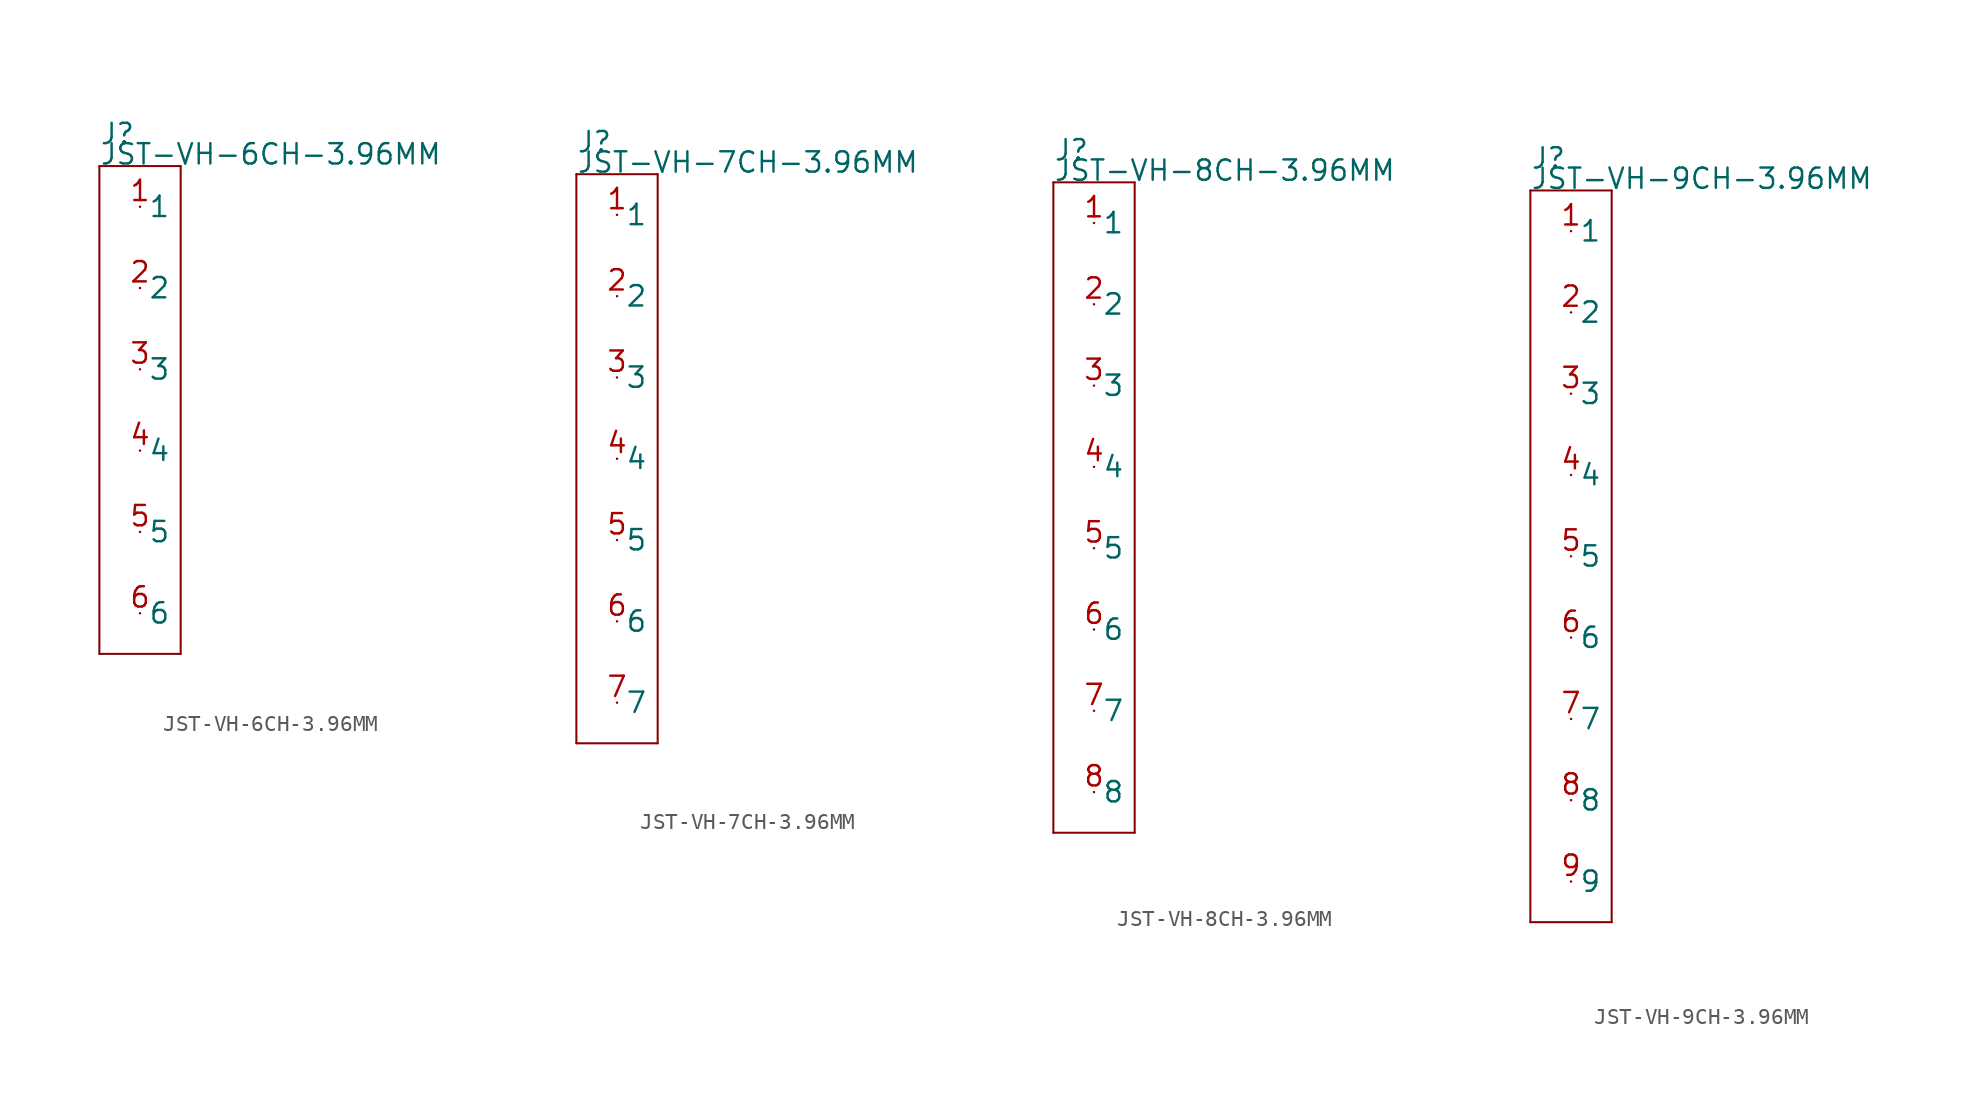
<source format=kicad_sym>
(kicad_symbol_lib
  (version 20211014)
  (generator kicad_symbol_editor)
  (symbol "JST-VH-6CH-3.96MM"
    (pin_names)
    (property "Reference" "J"
      (at -2.54 16.51 0)
      (effects (font (size 1.27 1.27)) (justify left bottom)))
    (property "Value" "JST-VH-6CH-3.96MM"
      (at -2.54 15.24 0)
      (effects (font (size 1.27 1.27)) (justify left bottom)))
    (property "Datasheet" ""
      (at 0 0 0))
    (property "ki_description" " JST 1x6  - Through Hole JST 6POS 3.96MM Technical Specifications: Pitch: 3.96mm "
      (at 0 0 0))
    (property "ki_fp_filters" "FlashPCB_Connectors:JST-B6P-VH-THT-VERT-6CH-3.96MM FlashPCB_Connectors:JST-B6P-VH-THT-VERT-6CH-3.96MM-NOSILK FlashPCB_Connectors:JST-S6PS-VH-THT-RA-6CH-3.96MM FlashPCB_Connectors:JST-S6PS-VH-THT-RA-6CH-3.96MM-NOSILK FlashPCB_Connectors:JST-B6P-VH-THT-VERT-SHRD-6CH-3.96MM-NOSILK FlashPCB_Connectors:JST-B6P-VH-THT-VERT-SHRD-6CH-3.96MM FlashPCB_Connectors:JST-S6PS-VH-THT-RA-STABL-6CH-3.96MM FlashPCB_Connectors:JST-S6PS-VH-THT-RA-STABL-6CH-3.96MM-NOSILK FlashPCB_Connectors:JST-B6P-VH-THT-VERT-6CH-3.96MM-LONG FlashPCB_Connectors:JST-B6P-VH-THT-VERT-6CH-3.96MM-LONG-NOSILK FlashPCB_Connectors:JST-S6PS-VH-THT-RA-6CH-3.96MM-LONG FlashPCB_Connectors:JST-S6PS-VH-THT-RA-6CH-3.96MM-LONG-NOSILK FlashPCB_Connectors:JST-B6P-VH-THT-VERT-SHRD-6CH-3.96MM-LONG-NOSILK FlashPCB_Connectors:JST-B6P-VH-THT-VERT-SHRD-6CH-3.96MM-LONG FlashPCB_Connectors:JST-S6PS-VH-THT-RA-STABL-6CH-3.96MM-LONG FlashPCB_Connectors:JST-S6PS-VH-THT-RA-STABL-6CH-3.96MM-LONG-NOSILK"
      (at 0 0 0))
    (symbol "JST-VH-6CH-3.96MM_1_1"
      (polyline (pts (xy -2.54 15.24) (xy 2.54 15.24)) (stroke (width 0.127)) (fill (type none)))
      (polyline (pts (xy 2.54 15.24) (xy 2.54 -15.24)) (stroke (width 0.127)) (fill (type none)))
      (polyline (pts (xy 2.54 -15.24) (xy -2.54 -15.24)) (stroke (width 0.127)) (fill (type none)))
      (polyline (pts (xy -2.54 -15.24) (xy -2.54 15.24)) (stroke (width 0.127)) (fill (type none)))
      (pin bidirectional line (at 0 12.7 0) (length 0) (name "1" (effects (font (size 1.27 1.27)))) (number "1" (effects (font (size 1.27 1.27)))))
      (pin bidirectional line (at 0 7.62 0) (length 0) (name "2" (effects (font (size 1.27 1.27)))) (number "2" (effects (font (size 1.27 1.27)))))
      (pin bidirectional line (at 0 2.54 0) (length 0) (name "3" (effects (font (size 1.27 1.27)))) (number "3" (effects (font (size 1.27 1.27)))))
      (pin bidirectional line (at 0 -2.54 0) (length 0) (name "4" (effects (font (size 1.27 1.27)))) (number "4" (effects (font (size 1.27 1.27)))))
      (pin bidirectional line (at 0 -7.62 0) (length 0) (name "5" (effects (font (size 1.27 1.27)))) (number "5" (effects (font (size 1.27 1.27)))))
      (pin bidirectional line (at 0 -12.7 0) (length 0) (name "6" (effects (font (size 1.27 1.27)))) (number "6" (effects (font (size 1.27 1.27)))))))
  (symbol "JST-VH-7CH-3.96MM"
    (pin_names)
    (property "Reference" "J"
      (at -2.54 19.05 0)
      (effects (font (size 1.27 1.27)) (justify left bottom)))
    (property "Value" "JST-VH-7CH-3.96MM"
      (at -2.54 17.78 0)
      (effects (font (size 1.27 1.27)) (justify left bottom)))
    (property "Datasheet" ""
      (at 0 0 0))
    (property "ki_description" " JST 1x7  - Through Hole JST 7POS 3.96MM Technical Specifications: Pitch: 3.96mm "
      (at 0 0 0))
    (property "ki_fp_filters" "FlashPCB_Connectors:JST-B7P-VH-THT-VERT-7CH-3.96MM FlashPCB_Connectors:JST-B7P-VH-THT-VERT-7CH-3.96MM-NOSILK FlashPCB_Connectors:JST-S7PS-VH-THT-RA-7CH-3.96MM FlashPCB_Connectors:JST-S7PS-VH-THT-RA-7CH-3.96MM-NOSILK FlashPCB_Connectors:JST-B7P-VH-THT-VERT-SHRD-7CH-3.96MM-NOSILK FlashPCB_Connectors:JST-B7P-VH-THT-VERT-SHRD-7CH-3.96MM FlashPCB_Connectors:JST-S7PS-VH-THT-RA-STABL-7CH-3.96MM FlashPCB_Connectors:JST-S7PS-VH-THT-RA-STABL-7CH-3.96MM-NOSILK FlashPCB_Connectors:JST-B7P-VH-THT-VERT-7CH-3.96MM-LONG FlashPCB_Connectors:JST-B7P-VH-THT-VERT-7CH-3.96MM-LONG-NOSILK FlashPCB_Connectors:JST-S7PS-VH-THT-RA-7CH-3.96MM-LONG FlashPCB_Connectors:JST-S7PS-VH-THT-RA-7CH-3.96MM-LONG-NOSILK FlashPCB_Connectors:JST-B7P-VH-THT-VERT-SHRD-7CH-3.96MM-LONG-NOSILK FlashPCB_Connectors:JST-B7P-VH-THT-VERT-SHRD-7CH-3.96MM-LONG FlashPCB_Connectors:JST-S7PS-VH-THT-RA-STABL-7CH-3.96MM-LONG FlashPCB_Connectors:JST-S7PS-VH-THT-RA-STABL-7CH-3.96MM-LONG-NOSILK"
      (at 0 0 0))
    (symbol "JST-VH-7CH-3.96MM_1_1"
      (polyline (pts (xy -2.54 17.78) (xy 2.54 17.78)) (stroke (width 0.127)) (fill (type none)))
      (polyline (pts (xy 2.54 17.78) (xy 2.54 -17.78)) (stroke (width 0.127)) (fill (type none)))
      (polyline (pts (xy 2.54 -17.78) (xy -2.54 -17.78)) (stroke (width 0.127)) (fill (type none)))
      (polyline (pts (xy -2.54 -17.78) (xy -2.54 17.78)) (stroke (width 0.127)) (fill (type none)))
      (pin bidirectional line (at 0 15.24 0) (length 0) (name "1" (effects (font (size 1.27 1.27)))) (number "1" (effects (font (size 1.27 1.27)))))
      (pin bidirectional line (at 0 10.16 0) (length 0) (name "2" (effects (font (size 1.27 1.27)))) (number "2" (effects (font (size 1.27 1.27)))))
      (pin bidirectional line (at 0 5.08 0) (length 0) (name "3" (effects (font (size 1.27 1.27)))) (number "3" (effects (font (size 1.27 1.27)))))
      (pin bidirectional line (at 0 0 0) (length 0) (name "4" (effects (font (size 1.27 1.27)))) (number "4" (effects (font (size 1.27 1.27)))))
      (pin bidirectional line (at 0 -5.08 0) (length 0) (name "5" (effects (font (size 1.27 1.27)))) (number "5" (effects (font (size 1.27 1.27)))))
      (pin bidirectional line (at 0 -10.16 0) (length 0) (name "6" (effects (font (size 1.27 1.27)))) (number "6" (effects (font (size 1.27 1.27)))))
      (pin bidirectional line (at 0 -15.24 0) (length 0) (name "7" (effects (font (size 1.27 1.27)))) (number "7" (effects (font (size 1.27 1.27)))))))
  (symbol "JST-VH-8CH-3.96MM"
    (pin_names)
    (property "Reference" "J"
      (at -2.54 21.59 0)
      (effects (font (size 1.27 1.27)) (justify left bottom)))
    (property "Value" "JST-VH-8CH-3.96MM"
      (at -2.54 20.32 0)
      (effects (font (size 1.27 1.27)) (justify left bottom)))
    (property "Datasheet" ""
      (at 0 0 0))
    (property "ki_description" " JST 1x8  - Through Hole JST 8POS 3.96MM Technical Specifications: Pitch: 3.96mm "
      (at 0 0 0))
    (property "ki_fp_filters" "FlashPCB_Connectors:JST-B8P-VH-THT-VERT-8CH-3.96MM FlashPCB_Connectors:JST-B8P-VH-THT-VERT-8CH-3.96MM-NOSILK FlashPCB_Connectors:JST-S8PS-VH-THT-RA-8CH-3.96MM FlashPCB_Connectors:JST-S8PS-VH-THT-RA-8CH-3.96MM-NOSILK FlashPCB_Connectors:JST-B8P-VH-THT-VERT-SHRD-8CH-3.96MM-NOSILK FlashPCB_Connectors:JST-B8P-VH-THT-VERT-SHRD-8CH-3.96MM FlashPCB_Connectors:JST-S8PS-VH-THT-RA-STABL-8CH-3.96MM FlashPCB_Connectors:JST-S8PS-VH-THT-RA-STABL-8CH-3.96MM-NOSILK FlashPCB_Connectors:JST-B8P-VH-THT-VERT-8CH-3.96MM-LONG FlashPCB_Connectors:JST-B8P-VH-THT-VERT-8CH-3.96MM-LONG-NOSILK FlashPCB_Connectors:JST-S8PS-VH-THT-RA-8CH-3.96MM-LONG FlashPCB_Connectors:JST-S8PS-VH-THT-RA-8CH-3.96MM-LONG-NOSILK FlashPCB_Connectors:JST-B8P-VH-THT-VERT-SHRD-8CH-3.96MM-LONG-NOSILK FlashPCB_Connectors:JST-B8P-VH-THT-VERT-SHRD-8CH-3.96MM-LONG FlashPCB_Connectors:JST-S8PS-VH-THT-RA-STABL-8CH-3.96MM-LONG FlashPCB_Connectors:JST-S8PS-VH-THT-RA-STABL-8CH-3.96MM-LONG-NOSILK"
      (at 0 0 0))
    (symbol "JST-VH-8CH-3.96MM_1_1"
      (polyline (pts (xy -2.54 20.32) (xy 2.54 20.32)) (stroke (width 0.127)) (fill (type none)))
      (polyline (pts (xy 2.54 20.32) (xy 2.54 -20.32)) (stroke (width 0.127)) (fill (type none)))
      (polyline (pts (xy 2.54 -20.32) (xy -2.54 -20.32)) (stroke (width 0.127)) (fill (type none)))
      (polyline (pts (xy -2.54 -20.32) (xy -2.54 20.32)) (stroke (width 0.127)) (fill (type none)))
      (pin bidirectional line (at 0 17.78 0) (length 0) (name "1" (effects (font (size 1.27 1.27)))) (number "1" (effects (font (size 1.27 1.27)))))
      (pin bidirectional line (at 0 12.7 0) (length 0) (name "2" (effects (font (size 1.27 1.27)))) (number "2" (effects (font (size 1.27 1.27)))))
      (pin bidirectional line (at 0 7.62 0) (length 0) (name "3" (effects (font (size 1.27 1.27)))) (number "3" (effects (font (size 1.27 1.27)))))
      (pin bidirectional line (at 0 2.54 0) (length 0) (name "4" (effects (font (size 1.27 1.27)))) (number "4" (effects (font (size 1.27 1.27)))))
      (pin bidirectional line (at 0 -2.54 0) (length 0) (name "5" (effects (font (size 1.27 1.27)))) (number "5" (effects (font (size 1.27 1.27)))))
      (pin bidirectional line (at 0 -7.62 0) (length 0) (name "6" (effects (font (size 1.27 1.27)))) (number "6" (effects (font (size 1.27 1.27)))))
      (pin bidirectional line (at 0 -12.7 0) (length 0) (name "7" (effects (font (size 1.27 1.27)))) (number "7" (effects (font (size 1.27 1.27)))))
      (pin bidirectional line (at 0 -17.78 0) (length 0) (name "8" (effects (font (size 1.27 1.27)))) (number "8" (effects (font (size 1.27 1.27)))))))
  (symbol "JST-VH-9CH-3.96MM"
    (pin_names)
    (property "Reference" "J"
      (at -2.54 24.13 0)
      (effects (font (size 1.27 1.27)) (justify left bottom)))
    (property "Value" "JST-VH-9CH-3.96MM"
      (at -2.54 22.86 0)
      (effects (font (size 1.27 1.27)) (justify left bottom)))
    (property "Datasheet" ""
      (at 0 0 0))
    (property "ki_description" " JST 1x9  - Through Hole JST 9POS 3.96MM Technical Specifications: Pitch: 3.96mm "
      (at 0 0 0))
    (property "ki_fp_filters" "FlashPCB_Connectors:JST-B9P-VH-THT-VERT-9CH-3.96MM FlashPCB_Connectors:JST-B9P-VH-THT-VERT-9CH-3.96MM-NOSILK FlashPCB_Connectors:JST-S9PS-VH-THT-RA-9CH-3.96MM FlashPCB_Connectors:JST-S9PS-VH-THT-RA-9CH-3.96MM-NOSILK FlashPCB_Connectors:JST-B9P-VH-THT-VERT-SHRD-9CH-3.96MM-NOSILK FlashPCB_Connectors:JST-B9P-VH-THT-VERT-SHRD-9CH-3.96MM FlashPCB_Connectors:JST-S9PS-VH-THT-RA-STABL-9CH-3.96MM FlashPCB_Connectors:JST-S9PS-VH-THT-RA-STABL-9CH-3.96MM-NOSILK FlashPCB_Connectors:JST-B9P-VH-THT-VERT-9CH-3.96MM-LONG FlashPCB_Connectors:JST-B9P-VH-THT-VERT-9CH-3.96MM-LONG-NOSILK FlashPCB_Connectors:JST-S9PS-VH-THT-RA-9CH-3.96MM-LONG FlashPCB_Connectors:JST-S9PS-VH-THT-RA-9CH-3.96MM-LONG-NOSILK FlashPCB_Connectors:JST-B9P-VH-THT-VERT-SHRD-9CH-3.96MM-LONG-NOSILK FlashPCB_Connectors:JST-B9P-VH-THT-VERT-SHRD-9CH-3.96MM-LONG FlashPCB_Connectors:JST-S9PS-VH-THT-RA-STABL-9CH-3.96MM-LONG FlashPCB_Connectors:JST-S9PS-VH-THT-RA-STABL-9CH-3.96MM-LONG-NOSILK"
      (at 0 0 0))
    (symbol "JST-VH-9CH-3.96MM_1_1"
      (polyline (pts (xy -2.54 22.86) (xy 2.54 22.86)) (stroke (width 0.127)) (fill (type none)))
      (polyline (pts (xy 2.54 22.86) (xy 2.54 -22.86)) (stroke (width 0.127)) (fill (type none)))
      (polyline (pts (xy 2.54 -22.86) (xy -2.54 -22.86)) (stroke (width 0.127)) (fill (type none)))
      (polyline (pts (xy -2.54 -22.86) (xy -2.54 22.86)) (stroke (width 0.127)) (fill (type none)))
      (pin bidirectional line (at 0 20.32 0) (length 0) (name "1" (effects (font (size 1.27 1.27)))) (number "1" (effects (font (size 1.27 1.27)))))
      (pin bidirectional line (at 0 15.24 0) (length 0) (name "2" (effects (font (size 1.27 1.27)))) (number "2" (effects (font (size 1.27 1.27)))))
      (pin bidirectional line (at 0 10.16 0) (length 0) (name "3" (effects (font (size 1.27 1.27)))) (number "3" (effects (font (size 1.27 1.27)))))
      (pin bidirectional line (at 0 5.08 0) (length 0) (name "4" (effects (font (size 1.27 1.27)))) (number "4" (effects (font (size 1.27 1.27)))))
      (pin bidirectional line (at 0 0 0) (length 0) (name "5" (effects (font (size 1.27 1.27)))) (number "5" (effects (font (size 1.27 1.27)))))
      (pin bidirectional line (at 0 -5.08 0) (length 0) (name "6" (effects (font (size 1.27 1.27)))) (number "6" (effects (font (size 1.27 1.27)))))
      (pin bidirectional line (at 0 -10.16 0) (length 0) (name "7" (effects (font (size 1.27 1.27)))) (number "7" (effects (font (size 1.27 1.27)))))
      (pin bidirectional line (at 0 -15.24 0) (length 0) (name "8" (effects (font (size 1.27 1.27)))) (number "8" (effects (font (size 1.27 1.27)))))
      (pin bidirectional line (at 0 -20.32 0) (length 0) (name "9" (effects (font (size 1.27 1.27)))) (number "9" (effects (font (size 1.27 1.27))))))))
</source>
